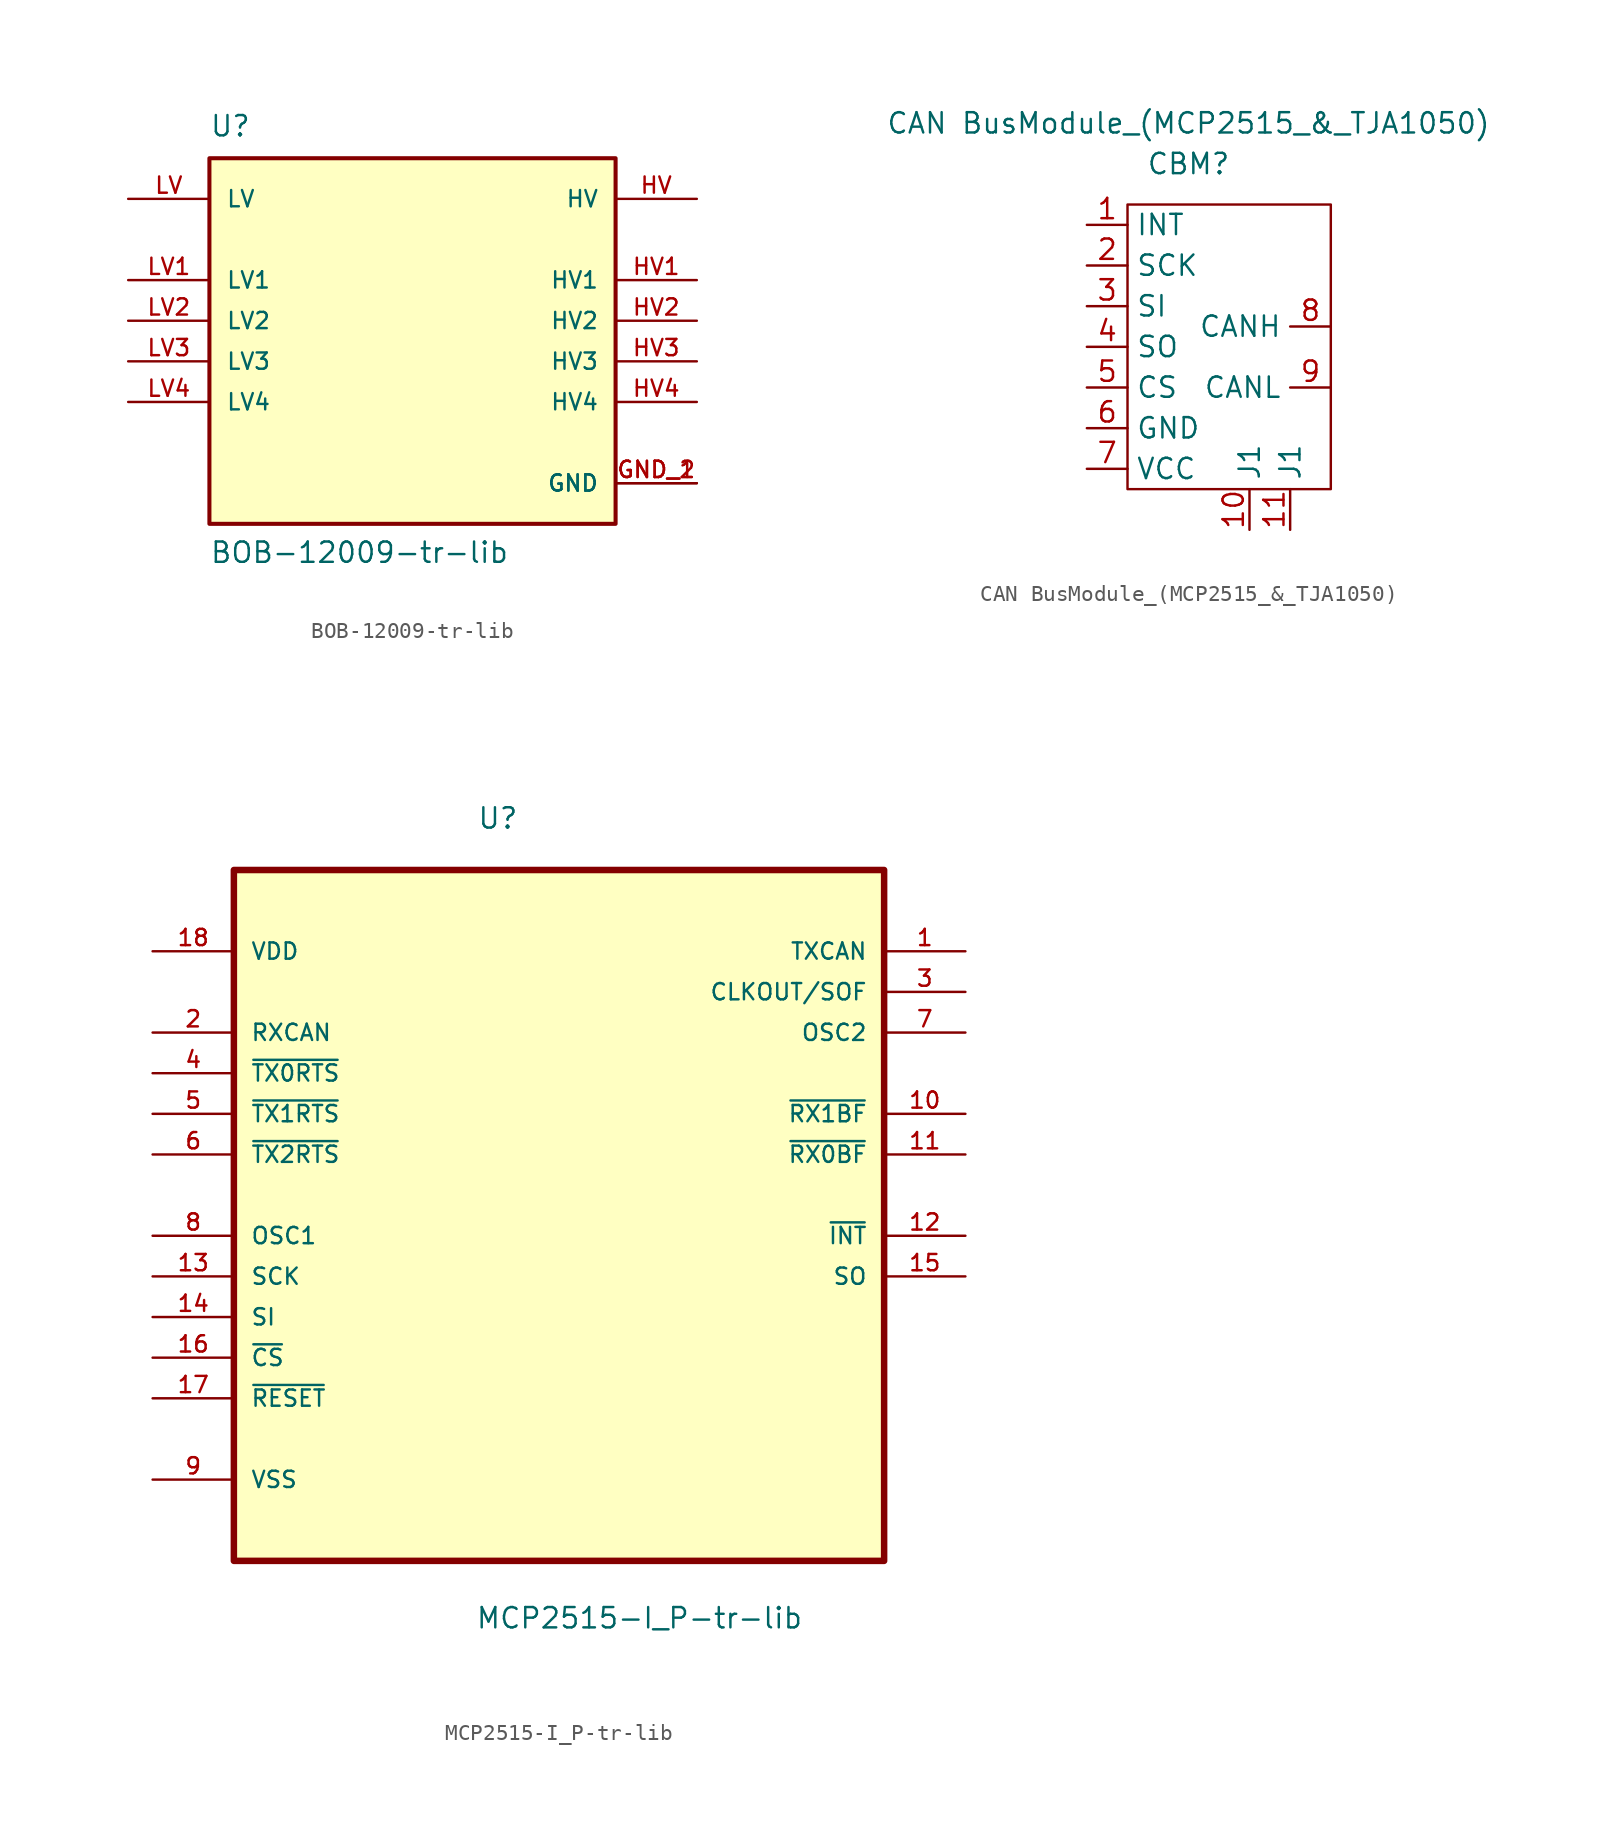
<source format=kicad_sym>
(kicad_symbol_lib
  (version 20211014)
  (generator kicad_symbol_editor)
  (symbol "BOB-12009-tr-lib"
    (pin_names
      (offset 1.016))
    (property "Reference" "U"
      (at -12.7 11.43 0)
      (effects (font (size 1.27 1.27)) (justify left bottom)))
    (property "Value" "BOB-12009-tr-lib"
      (at -12.7 -15.24 0)
      (effects (font (size 1.27 1.27)) (justify left bottom)))
    (property "ki_locked" ""
      (at 0 0 0)
      (effects (font (size 1.27 1.27))))
    (symbol "BOB-12009-tr-lib_0_0"
      (rectangle (start -12.7 -12.7) (end 12.7 10.16) (stroke (width 0.254) (type default) (color 0 0 0 0)) (fill (type background)))
      (pin power_in line (at 17.78 -10.16 180) (length 5.08) (name "GND" (effects (font (size 1.016 1.016)))) (number "GND_1" (effects (font (size 1.016 1.016)))))
      (pin power_in line (at 17.78 -10.16 180) (length 5.08) (name "GND" (effects (font (size 1.016 1.016)))) (number "GND_2" (effects (font (size 1.016 1.016)))))
      (pin bidirectional line (at 17.78 7.62 180) (length 5.08) (name "HV" (effects (font (size 1.016 1.016)))) (number "HV" (effects (font (size 1.016 1.016)))))
      (pin bidirectional line (at 17.78 2.54 180) (length 5.08) (name "HV1" (effects (font (size 1.016 1.016)))) (number "HV1" (effects (font (size 1.016 1.016)))))
      (pin bidirectional line (at 17.78 0 180) (length 5.08) (name "HV2" (effects (font (size 1.016 1.016)))) (number "HV2" (effects (font (size 1.016 1.016)))))
      (pin bidirectional line (at 17.78 -2.54 180) (length 5.08) (name "HV3" (effects (font (size 1.016 1.016)))) (number "HV3" (effects (font (size 1.016 1.016)))))
      (pin bidirectional line (at 17.78 -5.08 180) (length 5.08) (name "HV4" (effects (font (size 1.016 1.016)))) (number "HV4" (effects (font (size 1.016 1.016)))))
      (pin bidirectional line (at -17.78 7.62 0) (length 5.08) (name "LV" (effects (font (size 1.016 1.016)))) (number "LV" (effects (font (size 1.016 1.016)))))
      (pin bidirectional line (at -17.78 2.54 0) (length 5.08) (name "LV1" (effects (font (size 1.016 1.016)))) (number "LV1" (effects (font (size 1.016 1.016)))))
      (pin bidirectional line (at -17.78 0 0) (length 5.08) (name "LV2" (effects (font (size 1.016 1.016)))) (number "LV2" (effects (font (size 1.016 1.016)))))
      (pin bidirectional line (at -17.78 -2.54 0) (length 5.08) (name "LV3" (effects (font (size 1.016 1.016)))) (number "LV3" (effects (font (size 1.016 1.016)))))
      (pin bidirectional line (at -17.78 -5.08 0) (length 5.08) (name "LV4" (effects (font (size 1.016 1.016)))) (number "LV4" (effects (font (size 1.016 1.016)))))))
  (symbol "CAN BusModule_(MCP2515_&_TJA1050)"
    (property "Reference" "CBM"
      (at -8.89 -2.54 0)
      (effects (font (size 1.27 1.27))))
    (property "Value" "CAN BusModule_(MCP2515_&_TJA1050)"
      (at -8.89 0 0)
      (effects (font (size 1.27 1.27))))
    (symbol "CAN BusModule_(MCP2515_&_TJA1050)_0_1"
      (rectangle (start -12.7 -5.08) (end 0 -22.86) (stroke (width 0) (type default) (color 0 0 0 0)) (fill (type none))))
    (symbol "CAN BusModule_(MCP2515_&_TJA1050)_1_1"
      (pin input line (at -15.24 -6.35 0) (length 2.54) (name "INT" (effects (font (size 1.27 1.27)))) (number "1" (effects (font (size 1.27 1.27)))))
      (pin input line (at -5.08 -25.4 90) (length 2.54) (name "J1" (effects (font (size 1.27 1.27)))) (number "10" (effects (font (size 1.27 1.27)))))
      (pin input line (at -2.54 -25.4 90) (length 2.54) (name "J1" (effects (font (size 1.27 1.27)))) (number "11" (effects (font (size 1.27 1.27)))))
      (pin input line (at -15.24 -8.89 0) (length 2.54) (name "SCK" (effects (font (size 1.27 1.27)))) (number "2" (effects (font (size 1.27 1.27)))))
      (pin input line (at -15.24 -11.43 0) (length 2.54) (name "SI" (effects (font (size 1.27 1.27)))) (number "3" (effects (font (size 1.27 1.27)))))
      (pin input line (at -15.24 -13.97 0) (length 2.54) (name "SO" (effects (font (size 1.27 1.27)))) (number "4" (effects (font (size 1.27 1.27)))))
      (pin input line (at -15.24 -16.51 0) (length 2.54) (name "CS" (effects (font (size 1.27 1.27)))) (number "5" (effects (font (size 1.27 1.27)))))
      (pin input line (at -15.24 -19.05 0) (length 2.54) (name "GND" (effects (font (size 1.27 1.27)))) (number "6" (effects (font (size 1.27 1.27)))))
      (pin input line (at -15.24 -21.59 0) (length 2.54) (name "VCC" (effects (font (size 1.27 1.27)))) (number "7" (effects (font (size 1.27 1.27)))))
      (pin output line (at 0 -12.7 180) (length 2.54) (name "CANH" (effects (font (size 1.27 1.27)))) (number "8" (effects (font (size 1.27 1.27)))))
      (pin output line (at 0 -16.51 180) (length 2.54) (name "CANL" (effects (font (size 1.27 1.27)))) (number "9" (effects (font (size 1.27 1.27)))))))
  (symbol "MCP2515-I_P-tr-lib"
    (pin_names
      (offset 1.016))
    (property "Reference" "U"
      (at -5.131 20.269 0)
      (effects (font (size 1.27 1.27)) (justify left bottom)))
    (property "Value" "MCP2515-I_P-tr-lib"
      (at -5.232 -29.718 0)
      (effects (font (size 1.27 1.27)) (justify left bottom)))
    (property "ki_locked" ""
      (at 0 0 0)
      (effects (font (size 1.27 1.27))))
    (symbol "MCP2515-I_P-tr-lib_0_0"
      (rectangle (start -20.32 -25.4) (end 20.32 17.78) (stroke (width 0.406) (type default) (color 0 0 0 0)) (fill (type background)))
      (pin output line (at 25.4 12.7 180) (length 5.08) (name "TXCAN" (effects (font (size 1.016 1.016)))) (number "1" (effects (font (size 1.016 1.016)))))
      (pin output line (at 25.4 2.54 180) (length 5.08) (name "~{RX1BF}" (effects (font (size 1.016 1.016)))) (number "10" (effects (font (size 1.016 1.016)))))
      (pin output line (at 25.4 0 180) (length 5.08) (name "~{RX0BF}" (effects (font (size 1.016 1.016)))) (number "11" (effects (font (size 1.016 1.016)))))
      (pin output line (at 25.4 -5.08 180) (length 5.08) (name "~{INT}" (effects (font (size 1.016 1.016)))) (number "12" (effects (font (size 1.016 1.016)))))
      (pin input line (at -25.4 -7.62 0) (length 5.08) (name "SCK" (effects (font (size 1.016 1.016)))) (number "13" (effects (font (size 1.016 1.016)))))
      (pin input line (at -25.4 -10.16 0) (length 5.08) (name "SI" (effects (font (size 1.016 1.016)))) (number "14" (effects (font (size 1.016 1.016)))))
      (pin output line (at 25.4 -7.62 180) (length 5.08) (name "SO" (effects (font (size 1.016 1.016)))) (number "15" (effects (font (size 1.016 1.016)))))
      (pin input line (at -25.4 -12.7 0) (length 5.08) (name "~{CS}" (effects (font (size 1.016 1.016)))) (number "16" (effects (font (size 1.016 1.016)))))
      (pin input line (at -25.4 -15.24 0) (length 5.08) (name "~{RESET}" (effects (font (size 1.016 1.016)))) (number "17" (effects (font (size 1.016 1.016)))))
      (pin power_in line (at -25.4 12.7 0) (length 5.08) (name "VDD" (effects (font (size 1.016 1.016)))) (number "18" (effects (font (size 1.016 1.016)))))
      (pin input line (at -25.4 7.62 0) (length 5.08) (name "RXCAN" (effects (font (size 1.016 1.016)))) (number "2" (effects (font (size 1.016 1.016)))))
      (pin output line (at 25.4 10.16 180) (length 5.08) (name "CLKOUT/SOF" (effects (font (size 1.016 1.016)))) (number "3" (effects (font (size 1.016 1.016)))))
      (pin input line (at -25.4 5.08 0) (length 5.08) (name "~{TX0RTS}" (effects (font (size 1.016 1.016)))) (number "4" (effects (font (size 1.016 1.016)))))
      (pin input line (at -25.4 2.54 0) (length 5.08) (name "~{TX1RTS}" (effects (font (size 1.016 1.016)))) (number "5" (effects (font (size 1.016 1.016)))))
      (pin input line (at -25.4 0 0) (length 5.08) (name "~{TX2RTS}" (effects (font (size 1.016 1.016)))) (number "6" (effects (font (size 1.016 1.016)))))
      (pin output line (at 25.4 7.62 180) (length 5.08) (name "OSC2" (effects (font (size 1.016 1.016)))) (number "7" (effects (font (size 1.016 1.016)))))
      (pin input line (at -25.4 -5.08 0) (length 5.08) (name "OSC1" (effects (font (size 1.016 1.016)))) (number "8" (effects (font (size 1.016 1.016)))))
      (pin power_in line (at -25.4 -20.32 0) (length 5.08) (name "VSS" (effects (font (size 1.016 1.016)))) (number "9" (effects (font (size 1.016 1.016))))))))
</source>
